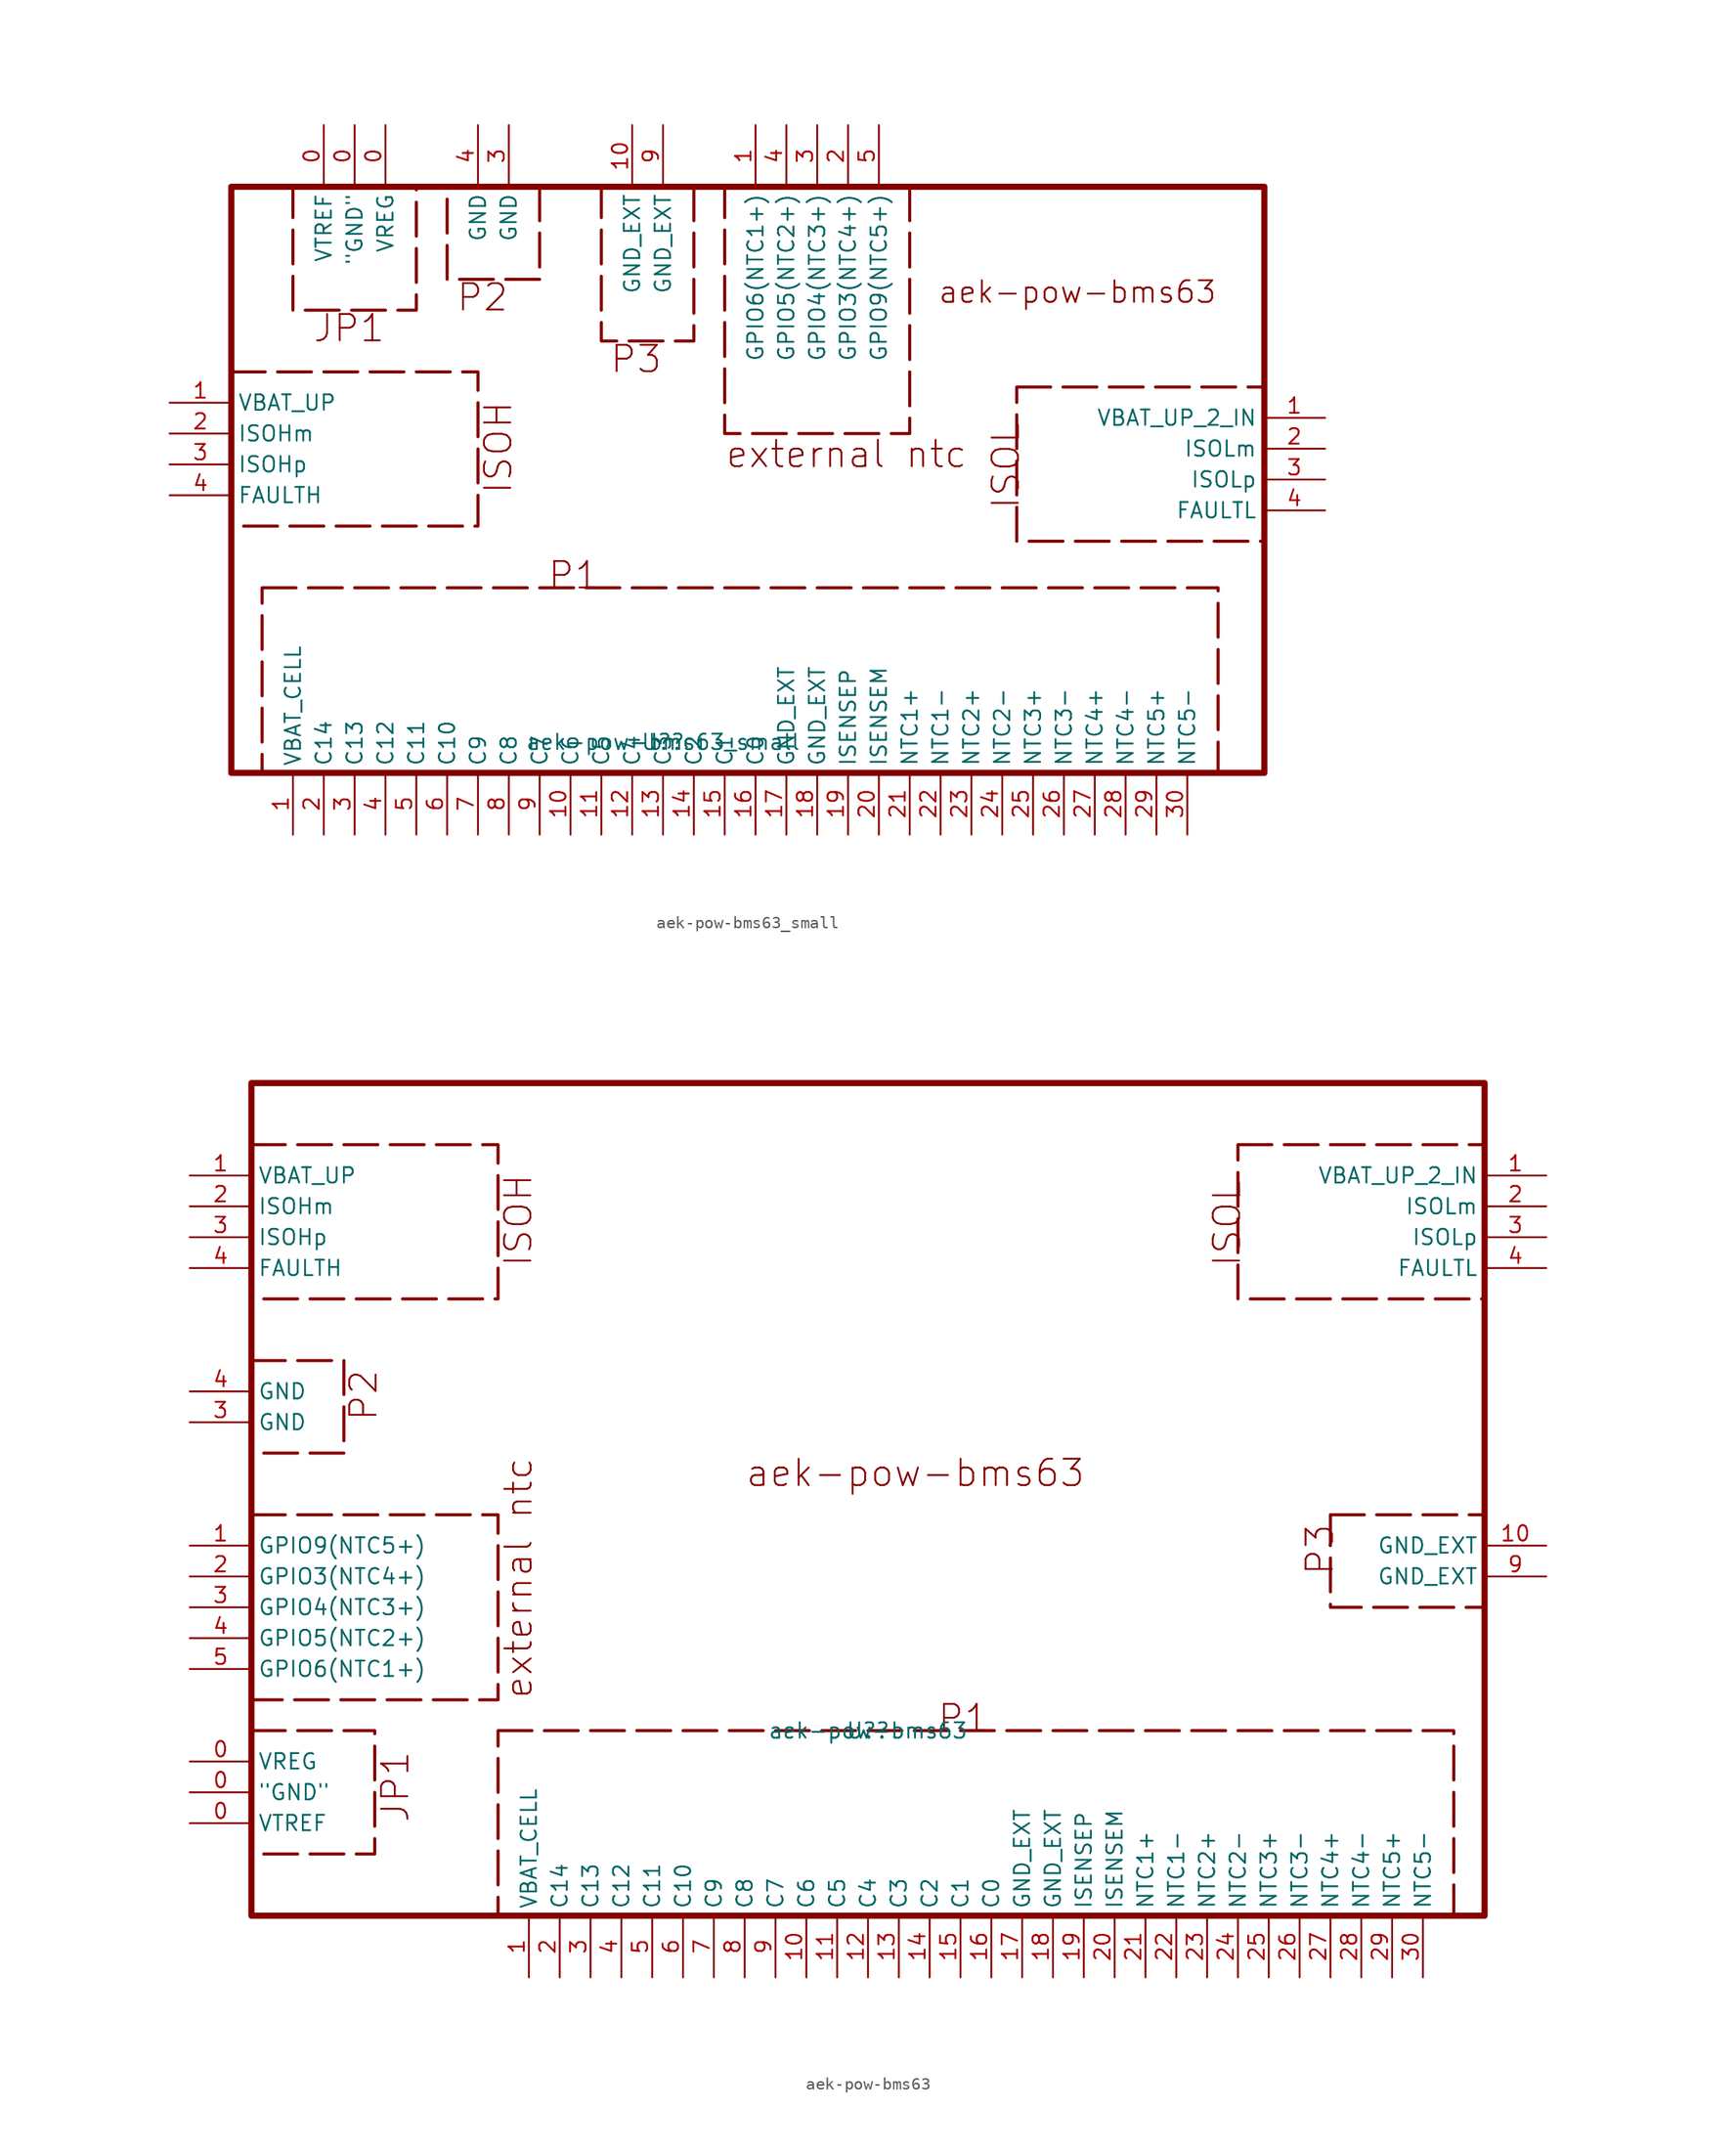
<source format=kicad_sym>
(kicad_symbol_lib
  (version 20231120)
  (generator "kicad_symbol_editor")
  (generator_version "8.0")
  (symbol "aek-pow-bms63_small"
    (property "Reference" "U?"
      (at 0 0 0)
      (effects (font (size 1.27 1.27))))
    (property "Value" "aek-pow-bms63_small"
      (at 0 0 0)
      (effects (font (size 1.27 1.27))))
    (symbol "aek-pow-bms63_small_0_0"
      (rectangle (start -35.56 30.48) (end -15.24 17.78) (stroke (width 0.254) (type dash)) (fill (type none)))
      (rectangle (start -35.56 45.72) (end 49.53 -2.54) (stroke (width 0.508) (type solid)) (fill (type none)))
      (rectangle (start -33.02 12.7) (end 45.72 -2.54) (stroke (width 0.254) (type dash)) (fill (type none)))
      (rectangle (start -30.48 45.72) (end -20.32 35.56) (stroke (width 0.254) (type dash)) (fill (type none)))
      (rectangle (start -17.78 45.72) (end -10.16 38.1) (stroke (width 0.254) (type dash)) (fill (type none)))
      (rectangle (start -5.08 45.72) (end 2.54 33.02) (stroke (width 0.254) (type dash)) (fill (type none)))
      (rectangle (start 5.08 45.72) (end 20.32 25.4) (stroke (width 0.254) (type dash)) (fill (type none)))
      (rectangle (start 29.134 29.235) (end 49.454 16.535) (stroke (width 0.254) (type dash)) (fill (type none)))
      (text "external ntc" (at 5.08 24.981 0) (effects (font (face "KiCad Font") (size 2.172 2.172)) (justify left top)))
      (text "ISOH" (at -14.846 20.32 900) (effects (font (face "KiCad Font") (size 2.172 2.172)) (justify left top)))
      (text "ISOL" (at 26.962 19.075 900) (effects (font (face "KiCad Font") (size 2.172 2.172)) (justify left top)))
      (text "JP1" (at -22.809 35.344 0) (effects (font (face "KiCad Font") (size 2.172 2.172)) (justify right top)))
      (text "P1" (at -5.131 14.999 0) (effects (font (face "KiCad Font") (size 2.172 2.172)) (justify right top)))
      (text "P2" (at -12.649 37.884 0) (effects (font (face "KiCad Font") (size 2.172 2.172)) (justify right top)))
      (text "P3" (at 0 32.804 0) (effects (font (face "KiCad Font") (size 2.172 2.172)) (justify right top)))
      (pin unspecified line (at -25.4 50.8 270) (length 5.08) (name "\"GND\"" (effects (font (size 1.27 1.27)))) (number "0" (effects (font (size 1.27 1.27)))))
      (pin unspecified line (at -22.86 50.8 270) (length 5.08) (name "VREG" (effects (font (size 1.27 1.27)))) (number "0" (effects (font (size 1.27 1.27)))))
      (pin unspecified line (at -27.94 50.8 270) (length 5.08) (name "VTREF" (effects (font (size 1.27 1.27)))) (number "0" (effects (font (size 1.27 1.27)))))
      (pin unspecified line (at -40.64 27.94 0) (length 5.08) (name "VBAT_UP" (effects (font (size 1.27 1.27)))) (number "1" (effects (font (size 1.27 1.27)))))
      (pin unspecified line (at 54.534 26.695 180) (length 5.08) (name "VBAT_UP_2_IN" (effects (font (size 1.27 1.27)))) (number "1" (effects (font (size 1.27 1.27)))))
      (pin unspecified line (at -7.62 -7.62 90) (length 5.08) (name "C6" (effects (font (size 1.27 1.27)))) (number "10" (effects (font (size 1.27 1.27)))))
      (pin unspecified line (at -2.54 50.8 270) (length 5.08) (name "GND_EXT" (effects (font (size 1.27 1.27)))) (number "10" (effects (font (size 1.27 1.27)))))
      (pin unspecified line (at -5.08 -7.62 90) (length 5.08) (name "C5" (effects (font (size 1.27 1.27)))) (number "11" (effects (font (size 1.27 1.27)))))
      (pin unspecified line (at -2.54 -7.62 90) (length 5.08) (name "C4" (effects (font (size 1.27 1.27)))) (number "12" (effects (font (size 1.27 1.27)))))
      (pin unspecified line (at 0 -7.62 90) (length 5.08) (name "C3" (effects (font (size 1.27 1.27)))) (number "13" (effects (font (size 1.27 1.27)))))
      (pin unspecified line (at 2.54 -7.62 90) (length 5.08) (name "C2" (effects (font (size 1.27 1.27)))) (number "14" (effects (font (size 1.27 1.27)))))
      (pin unspecified line (at 5.08 -7.62 90) (length 5.08) (name "C1" (effects (font (size 1.27 1.27)))) (number "15" (effects (font (size 1.27 1.27)))))
      (pin unspecified line (at 7.62 -7.62 90) (length 5.08) (name "C0" (effects (font (size 1.27 1.27)))) (number "16" (effects (font (size 1.27 1.27)))))
      (pin unspecified line (at 10.16 -7.62 90) (length 5.08) (name "GND_EXT" (effects (font (size 1.27 1.27)))) (number "17" (effects (font (size 1.27 1.27)))))
      (pin unspecified line (at 12.7 -7.62 90) (length 5.08) (name "GND_EXT" (effects (font (size 1.27 1.27)))) (number "18" (effects (font (size 1.27 1.27)))))
      (pin unspecified line (at 15.24 -7.62 90) (length 5.08) (name "ISENSEP" (effects (font (size 1.27 1.27)))) (number "19" (effects (font (size 1.27 1.27)))))
      (pin unspecified line (at -27.94 -7.62 90) (length 5.08) (name "C14" (effects (font (size 1.27 1.27)))) (number "2" (effects (font (size 1.27 1.27)))))
      (pin unspecified line (at 15.24 50.8 270) (length 5.08) (name "GPIO3(NTC4+)" (effects (font (size 1.27 1.27)))) (number "2" (effects (font (size 1.27 1.27)))))
      (pin unspecified line (at -40.64 25.4 0) (length 5.08) (name "ISOHm" (effects (font (size 1.27 1.27)))) (number "2" (effects (font (size 1.27 1.27)))))
      (pin unspecified line (at 54.534 24.155 180) (length 5.08) (name "ISOLm" (effects (font (size 1.27 1.27)))) (number "2" (effects (font (size 1.27 1.27)))))
      (pin unspecified line (at 17.78 -7.62 90) (length 5.08) (name "ISENSEM" (effects (font (size 1.27 1.27)))) (number "20" (effects (font (size 1.27 1.27)))))
      (pin unspecified line (at 20.32 -7.62 90) (length 5.08) (name "NTC1+" (effects (font (size 1.27 1.27)))) (number "21" (effects (font (size 1.27 1.27)))))
      (pin unspecified line (at 22.86 -7.62 90) (length 5.08) (name "NTC1-" (effects (font (size 1.27 1.27)))) (number "22" (effects (font (size 1.27 1.27)))))
      (pin unspecified line (at 25.4 -7.62 90) (length 5.08) (name "NTC2+" (effects (font (size 1.27 1.27)))) (number "23" (effects (font (size 1.27 1.27)))))
      (pin unspecified line (at 27.94 -7.62 90) (length 5.08) (name "NTC2-" (effects (font (size 1.27 1.27)))) (number "24" (effects (font (size 1.27 1.27)))))
      (pin unspecified line (at 30.48 -7.62 90) (length 5.08) (name "NTC3+" (effects (font (size 1.27 1.27)))) (number "25" (effects (font (size 1.27 1.27)))))
      (pin unspecified line (at 33.02 -7.62 90) (length 5.08) (name "NTC3-" (effects (font (size 1.27 1.27)))) (number "26" (effects (font (size 1.27 1.27)))))
      (pin unspecified line (at 35.56 -7.62 90) (length 5.08) (name "NTC4+" (effects (font (size 1.27 1.27)))) (number "27" (effects (font (size 1.27 1.27)))))
      (pin unspecified line (at 38.1 -7.62 90) (length 5.08) (name "NTC4-" (effects (font (size 1.27 1.27)))) (number "28" (effects (font (size 1.27 1.27)))))
      (pin unspecified line (at 40.64 -7.62 90) (length 5.08) (name "NTC5+" (effects (font (size 1.27 1.27)))) (number "29" (effects (font (size 1.27 1.27)))))
      (pin unspecified line (at -25.4 -7.62 90) (length 5.08) (name "C13" (effects (font (size 1.27 1.27)))) (number "3" (effects (font (size 1.27 1.27)))))
      (pin unspecified line (at -12.7 50.8 270) (length 5.08) (name "GND" (effects (font (size 1.27 1.27)))) (number "3" (effects (font (size 1.27 1.27)))))
      (pin unspecified line (at 12.7 50.8 270) (length 5.08) (name "GPIO4(NTC3+)" (effects (font (size 1.27 1.27)))) (number "3" (effects (font (size 1.27 1.27)))))
      (pin unspecified line (at -40.64 22.86 0) (length 5.08) (name "ISOHp" (effects (font (size 1.27 1.27)))) (number "3" (effects (font (size 1.27 1.27)))))
      (pin unspecified line (at 54.534 21.615 180) (length 5.08) (name "ISOLp" (effects (font (size 1.27 1.27)))) (number "3" (effects (font (size 1.27 1.27)))))
      (pin unspecified line (at 43.18 -7.62 90) (length 5.08) (name "NTC5-" (effects (font (size 1.27 1.27)))) (number "30" (effects (font (size 1.27 1.27)))))
      (pin unspecified line (at -22.86 -7.62 90) (length 5.08) (name "C12" (effects (font (size 1.27 1.27)))) (number "4" (effects (font (size 1.27 1.27)))))
      (pin unspecified line (at -40.64 20.32 0) (length 5.08) (name "FAULTH" (effects (font (size 1.27 1.27)))) (number "4" (effects (font (size 1.27 1.27)))))
      (pin unspecified line (at 54.534 19.075 180) (length 5.08) (name "FAULTL" (effects (font (size 1.27 1.27)))) (number "4" (effects (font (size 1.27 1.27)))))
      (pin unspecified line (at -15.24 50.8 270) (length 5.08) (name "GND" (effects (font (size 1.27 1.27)))) (number "4" (effects (font (size 1.27 1.27)))))
      (pin unspecified line (at 10.16 50.8 270) (length 5.08) (name "GPIO5(NTC2+)" (effects (font (size 1.27 1.27)))) (number "4" (effects (font (size 1.27 1.27)))))
      (pin unspecified line (at -20.32 -7.62 90) (length 5.08) (name "C11" (effects (font (size 1.27 1.27)))) (number "5" (effects (font (size 1.27 1.27)))))
      (pin unspecified line (at 17.78 50.8 270) (length 5.08) (name "GPIO9(NTC5+)" (effects (font (size 1.27 1.27)))) (number "5" (effects (font (size 1.27 1.27)))))
      (pin unspecified line (at -17.78 -7.62 90) (length 5.08) (name "C10" (effects (font (size 1.27 1.27)))) (number "6" (effects (font (size 1.27 1.27)))))
      (pin unspecified line (at -15.24 -7.62 90) (length 5.08) (name "C9" (effects (font (size 1.27 1.27)))) (number "7" (effects (font (size 1.27 1.27)))))
      (pin unspecified line (at -12.7 -7.62 90) (length 5.08) (name "C8" (effects (font (size 1.27 1.27)))) (number "8" (effects (font (size 1.27 1.27)))))
      (pin unspecified line (at -10.16 -7.62 90) (length 5.08) (name "C7" (effects (font (size 1.27 1.27)))) (number "9" (effects (font (size 1.27 1.27)))))
      (pin unspecified line (at 0 50.8 270) (length 5.08) (name "GND_EXT" (effects (font (size 1.27 1.27)))) (number "9" (effects (font (size 1.27 1.27))))))
    (symbol "aek-pow-bms63_small_1_0"
      (text "aek-pow-bms63" (at 22.606 38.1 0) (effects (font (face "KiCad Font") (size 1.778 1.778)) (justify left top)))
      (pin unspecified line (at 7.62 50.8 270) (length 5.08) (name "GPIO6(NTC1+)" (effects (font (size 1.27 1.27)))) (number "1" (effects (font (size 1.27 1.27)))))
      (pin unspecified line (at -30.48 -7.62 90) (length 5.08) (name "VBAT_CELL" (effects (font (size 1.27 1.27)))) (number "1" (effects (font (size 1.27 1.27)))))))
  (symbol "aek-pow-bms63"
    (property "Reference" "U?"
      (at 0 0 0)
      (effects (font (size 1.27 1.27))))
    (property "Value" "aek-pow-bms63"
      (at 0 0 0)
      (effects (font (size 1.27 1.27))))
    (symbol "aek-pow-bms63_0_0"
      (rectangle (start -50.8 0) (end -40.64 -10.16) (stroke (width 0.254) (type dash)) (fill (type none)))
      (rectangle (start -50.8 17.78) (end -30.48 2.54) (stroke (width 0.254) (type dash)) (fill (type none)))
      (rectangle (start -50.8 30.48) (end -43.18 22.86) (stroke (width 0.254) (type dash)) (fill (type none)))
      (rectangle (start -50.8 48.26) (end -30.48 35.56) (stroke (width 0.254) (type dash)) (fill (type none)))
      (rectangle (start -50.8 53.34) (end 50.8 -15.24) (stroke (width 0.508) (type solid)) (fill (type none)))
      (rectangle (start -30.48 0) (end 48.26 -15.24) (stroke (width 0.254) (type dash)) (fill (type none)))
      (rectangle (start 30.48 48.26) (end 50.8 35.56) (stroke (width 0.254) (type dash)) (fill (type none)))
      (rectangle (start 38.1 17.78) (end 50.8 10.16) (stroke (width 0.254) (type dash)) (fill (type none)))
      (text "aek-pow-bms63" (at -10.16 22.492 0) (effects (font (face "KiCad Font") (size 2.172 2.172)) (justify left top)))
      (text "external ntc" (at -30.061 2.54 900) (effects (font (face "KiCad Font") (size 2.172 2.172)) (justify left top)))
      (text "ISOH" (at -30.086 38.1 900) (effects (font (face "KiCad Font") (size 2.172 2.172)) (justify left top)))
      (text "ISOL" (at 28.308 38.1 900) (effects (font (face "KiCad Font") (size 2.172 2.172)) (justify left top)))
      (text "JP1" (at -40.221 -7.671 900) (effects (font (face "KiCad Font") (size 2.172 2.172)) (justify left top)))
      (text "P1" (at 10.084 2.299 0) (effects (font (face "KiCad Font") (size 2.172 2.172)) (justify right top)))
      (text "P2" (at -42.837 25.4 900) (effects (font (face "KiCad Font") (size 2.172 2.172)) (justify left top)))
      (text "P3" (at 35.954 12.7 900) (effects (font (face "KiCad Font") (size 2.172 2.172)) (justify left top)))
      (pin unspecified line (at -55.88 -5.08 0) (length 5.08) (name "\"GND\"" (effects (font (size 1.27 1.27)))) (number "0" (effects (font (size 1.27 1.27)))))
      (pin unspecified line (at -55.88 -2.54 0) (length 5.08) (name "VREG" (effects (font (size 1.27 1.27)))) (number "0" (effects (font (size 1.27 1.27)))))
      (pin unspecified line (at -55.88 -7.62 0) (length 5.08) (name "VTREF" (effects (font (size 1.27 1.27)))) (number "0" (effects (font (size 1.27 1.27)))))
      (pin unspecified line (at -55.88 45.72 0) (length 5.08) (name "VBAT_UP" (effects (font (size 1.27 1.27)))) (number "1" (effects (font (size 1.27 1.27)))))
      (pin unspecified line (at 55.88 45.72 180) (length 5.08) (name "VBAT_UP_2_IN" (effects (font (size 1.27 1.27)))) (number "1" (effects (font (size 1.27 1.27)))))
      (pin unspecified line (at -5.08 -20.32 90) (length 5.08) (name "C6" (effects (font (size 1.27 1.27)))) (number "10" (effects (font (size 1.27 1.27)))))
      (pin unspecified line (at 55.88 15.24 180) (length 5.08) (name "GND_EXT" (effects (font (size 1.27 1.27)))) (number "10" (effects (font (size 1.27 1.27)))))
      (pin unspecified line (at -2.54 -20.32 90) (length 5.08) (name "C5" (effects (font (size 1.27 1.27)))) (number "11" (effects (font (size 1.27 1.27)))))
      (pin unspecified line (at 0 -20.32 90) (length 5.08) (name "C4" (effects (font (size 1.27 1.27)))) (number "12" (effects (font (size 1.27 1.27)))))
      (pin unspecified line (at 2.54 -20.32 90) (length 5.08) (name "C3" (effects (font (size 1.27 1.27)))) (number "13" (effects (font (size 1.27 1.27)))))
      (pin unspecified line (at 5.08 -20.32 90) (length 5.08) (name "C2" (effects (font (size 1.27 1.27)))) (number "14" (effects (font (size 1.27 1.27)))))
      (pin unspecified line (at 7.62 -20.32 90) (length 5.08) (name "C1" (effects (font (size 1.27 1.27)))) (number "15" (effects (font (size 1.27 1.27)))))
      (pin unspecified line (at 10.16 -20.32 90) (length 5.08) (name "C0" (effects (font (size 1.27 1.27)))) (number "16" (effects (font (size 1.27 1.27)))))
      (pin unspecified line (at 12.7 -20.32 90) (length 5.08) (name "GND_EXT" (effects (font (size 1.27 1.27)))) (number "17" (effects (font (size 1.27 1.27)))))
      (pin unspecified line (at 15.24 -20.32 90) (length 5.08) (name "GND_EXT" (effects (font (size 1.27 1.27)))) (number "18" (effects (font (size 1.27 1.27)))))
      (pin unspecified line (at 17.78 -20.32 90) (length 5.08) (name "ISENSEP" (effects (font (size 1.27 1.27)))) (number "19" (effects (font (size 1.27 1.27)))))
      (pin unspecified line (at -25.4 -20.32 90) (length 5.08) (name "C14" (effects (font (size 1.27 1.27)))) (number "2" (effects (font (size 1.27 1.27)))))
      (pin unspecified line (at -55.88 12.7 0) (length 5.08) (name "GPIO3(NTC4+)" (effects (font (size 1.27 1.27)))) (number "2" (effects (font (size 1.27 1.27)))))
      (pin unspecified line (at -55.88 43.18 0) (length 5.08) (name "ISOHm" (effects (font (size 1.27 1.27)))) (number "2" (effects (font (size 1.27 1.27)))))
      (pin unspecified line (at 55.88 43.18 180) (length 5.08) (name "ISOLm" (effects (font (size 1.27 1.27)))) (number "2" (effects (font (size 1.27 1.27)))))
      (pin unspecified line (at 20.32 -20.32 90) (length 5.08) (name "ISENSEM" (effects (font (size 1.27 1.27)))) (number "20" (effects (font (size 1.27 1.27)))))
      (pin unspecified line (at 22.86 -20.32 90) (length 5.08) (name "NTC1+" (effects (font (size 1.27 1.27)))) (number "21" (effects (font (size 1.27 1.27)))))
      (pin unspecified line (at 25.4 -20.32 90) (length 5.08) (name "NTC1-" (effects (font (size 1.27 1.27)))) (number "22" (effects (font (size 1.27 1.27)))))
      (pin unspecified line (at 27.94 -20.32 90) (length 5.08) (name "NTC2+" (effects (font (size 1.27 1.27)))) (number "23" (effects (font (size 1.27 1.27)))))
      (pin unspecified line (at 30.48 -20.32 90) (length 5.08) (name "NTC2-" (effects (font (size 1.27 1.27)))) (number "24" (effects (font (size 1.27 1.27)))))
      (pin unspecified line (at 33.02 -20.32 90) (length 5.08) (name "NTC3+" (effects (font (size 1.27 1.27)))) (number "25" (effects (font (size 1.27 1.27)))))
      (pin unspecified line (at 35.56 -20.32 90) (length 5.08) (name "NTC3-" (effects (font (size 1.27 1.27)))) (number "26" (effects (font (size 1.27 1.27)))))
      (pin unspecified line (at 38.1 -20.32 90) (length 5.08) (name "NTC4+" (effects (font (size 1.27 1.27)))) (number "27" (effects (font (size 1.27 1.27)))))
      (pin unspecified line (at 40.64 -20.32 90) (length 5.08) (name "NTC4-" (effects (font (size 1.27 1.27)))) (number "28" (effects (font (size 1.27 1.27)))))
      (pin unspecified line (at 43.18 -20.32 90) (length 5.08) (name "NTC5+" (effects (font (size 1.27 1.27)))) (number "29" (effects (font (size 1.27 1.27)))))
      (pin unspecified line (at -22.86 -20.32 90) (length 5.08) (name "C13" (effects (font (size 1.27 1.27)))) (number "3" (effects (font (size 1.27 1.27)))))
      (pin unspecified line (at -55.88 25.4 0) (length 5.08) (name "GND" (effects (font (size 1.27 1.27)))) (number "3" (effects (font (size 1.27 1.27)))))
      (pin unspecified line (at -55.88 10.16 0) (length 5.08) (name "GPIO4(NTC3+)" (effects (font (size 1.27 1.27)))) (number "3" (effects (font (size 1.27 1.27)))))
      (pin unspecified line (at -55.88 40.64 0) (length 5.08) (name "ISOHp" (effects (font (size 1.27 1.27)))) (number "3" (effects (font (size 1.27 1.27)))))
      (pin unspecified line (at 55.88 40.64 180) (length 5.08) (name "ISOLp" (effects (font (size 1.27 1.27)))) (number "3" (effects (font (size 1.27 1.27)))))
      (pin unspecified line (at 45.72 -20.32 90) (length 5.08) (name "NTC5-" (effects (font (size 1.27 1.27)))) (number "30" (effects (font (size 1.27 1.27)))))
      (pin unspecified line (at -20.32 -20.32 90) (length 5.08) (name "C12" (effects (font (size 1.27 1.27)))) (number "4" (effects (font (size 1.27 1.27)))))
      (pin unspecified line (at -55.88 38.1 0) (length 5.08) (name "FAULTH" (effects (font (size 1.27 1.27)))) (number "4" (effects (font (size 1.27 1.27)))))
      (pin unspecified line (at 55.88 38.1 180) (length 5.08) (name "FAULTL" (effects (font (size 1.27 1.27)))) (number "4" (effects (font (size 1.27 1.27)))))
      (pin unspecified line (at -55.88 27.94 0) (length 5.08) (name "GND" (effects (font (size 1.27 1.27)))) (number "4" (effects (font (size 1.27 1.27)))))
      (pin unspecified line (at -55.88 7.62 0) (length 5.08) (name "GPIO5(NTC2+)" (effects (font (size 1.27 1.27)))) (number "4" (effects (font (size 1.27 1.27)))))
      (pin unspecified line (at -17.78 -20.32 90) (length 5.08) (name "C11" (effects (font (size 1.27 1.27)))) (number "5" (effects (font (size 1.27 1.27)))))
      (pin unspecified line (at -55.88 5.08 0) (length 5.08) (name "GPIO6(NTC1+)" (effects (font (size 1.27 1.27)))) (number "5" (effects (font (size 1.27 1.27)))))
      (pin unspecified line (at -15.24 -20.32 90) (length 5.08) (name "C10" (effects (font (size 1.27 1.27)))) (number "6" (effects (font (size 1.27 1.27)))))
      (pin unspecified line (at -12.7 -20.32 90) (length 5.08) (name "C9" (effects (font (size 1.27 1.27)))) (number "7" (effects (font (size 1.27 1.27)))))
      (pin unspecified line (at -10.16 -20.32 90) (length 5.08) (name "C8" (effects (font (size 1.27 1.27)))) (number "8" (effects (font (size 1.27 1.27)))))
      (pin unspecified line (at -7.62 -20.32 90) (length 5.08) (name "C7" (effects (font (size 1.27 1.27)))) (number "9" (effects (font (size 1.27 1.27)))))
      (pin unspecified line (at 55.88 12.7 180) (length 5.08) (name "GND_EXT" (effects (font (size 1.27 1.27)))) (number "9" (effects (font (size 1.27 1.27))))))
    (symbol "aek-pow-bms63_1_0"
      (pin unspecified line (at -55.88 15.24 0) (length 5.08) (name "GPIO9(NTC5+)" (effects (font (size 1.27 1.27)))) (number "1" (effects (font (size 1.27 1.27)))))
      (pin unspecified line (at -27.94 -20.32 90) (length 5.08) (name "VBAT_CELL" (effects (font (size 1.27 1.27)))) (number "1" (effects (font (size 1.27 1.27))))))))
</source>
